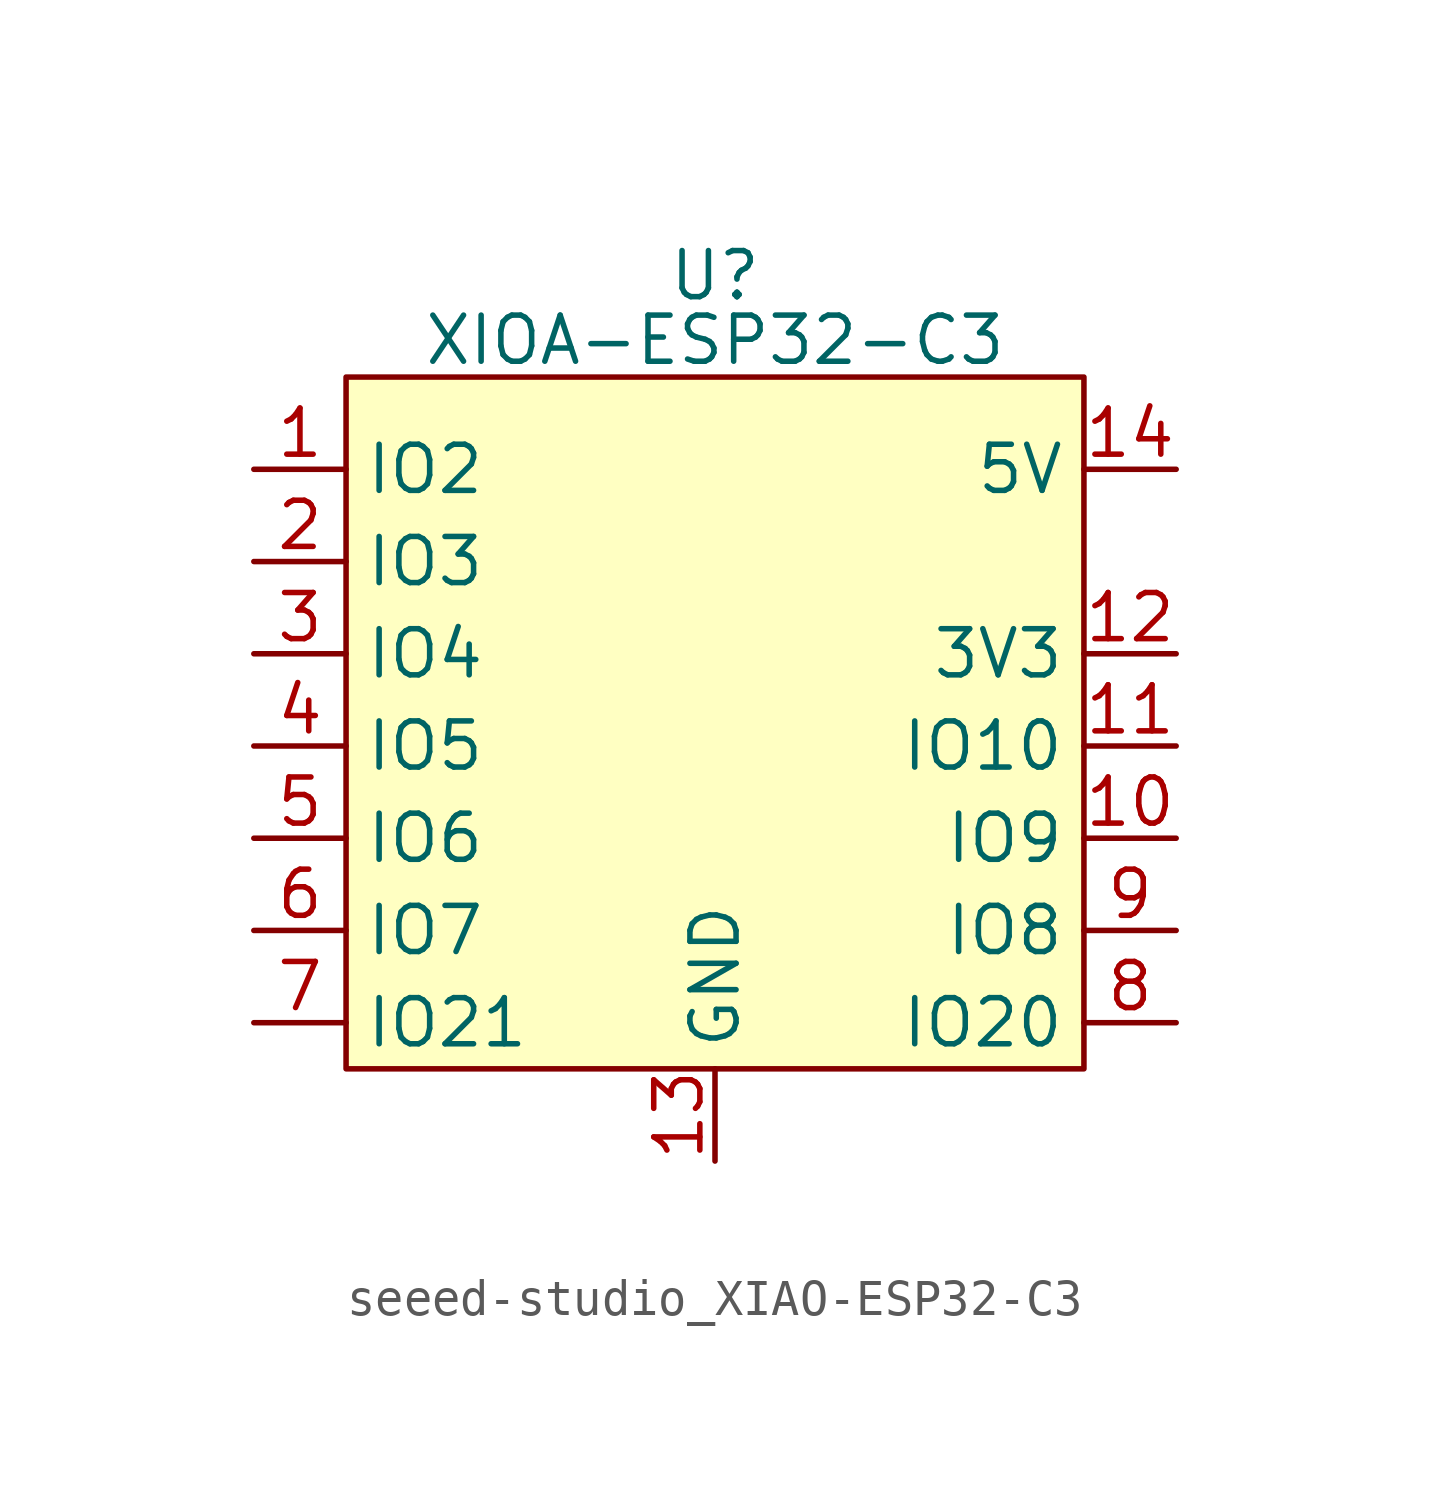
<source format=kicad_sym>
(kicad_symbol_lib
  (version 20231120)
  (generator "kicad_symbol_editor")
  (generator_version "8.0")
  (symbol "seeed-studio_XIAO-ESP32-C3"
    (property "Reference" "U"
      (at 0 12.954 0)
      (effects (font (size 1.27 1.27))))
    (property "Value" "XIOA-ESP32-C3"
      (at 0 11.176 0)
      (effects (font (size 1.27 1.27))))
    (symbol "seeed-studio_XIAO-ESP32-C3_0_0"
      (pin bidirectional line (at -12.7 7.62 0) (length 2.54) (name "IO2" (effects (font (size 1.27 1.27)))) (number "1" (effects (font (size 1.27 1.27)))))
      (pin bidirectional line (at 12.7 -2.54 180) (length 2.54) (name "IO9" (effects (font (size 1.27 1.27)))) (number "10" (effects (font (size 1.27 1.27)))))
      (pin bidirectional line (at 12.7 0 180) (length 2.54) (name "IO10" (effects (font (size 1.27 1.27)))) (number "11" (effects (font (size 1.27 1.27)))))
      (pin power_out line (at 12.7 2.54 180) (length 2.54) (name "3V3" (effects (font (size 1.27 1.27)))) (number "12" (effects (font (size 1.27 1.27)))))
      (pin power_in line (at 0 -11.43 90) (length 2.54) (name "GND" (effects (font (size 1.27 1.27)))) (number "13" (effects (font (size 1.27 1.27)))))
      (pin power_in line (at 12.7 7.62 180) (length 2.54) (name "5V" (effects (font (size 1.27 1.27)))) (number "14" (effects (font (size 1.27 1.27)))))
      (pin bidirectional line (at -12.7 5.08 0) (length 2.54) (name "IO3" (effects (font (size 1.27 1.27)))) (number "2" (effects (font (size 1.27 1.27)))))
      (pin bidirectional line (at -12.7 2.54 0) (length 2.54) (name "IO4" (effects (font (size 1.27 1.27)))) (number "3" (effects (font (size 1.27 1.27)))))
      (pin bidirectional line (at -12.7 0 0) (length 2.54) (name "IO5" (effects (font (size 1.27 1.27)))) (number "4" (effects (font (size 1.27 1.27)))))
      (pin bidirectional line (at -12.7 -2.54 0) (length 2.54) (name "IO6" (effects (font (size 1.27 1.27)))) (number "5" (effects (font (size 1.27 1.27)))))
      (pin bidirectional line (at -12.7 -5.08 0) (length 2.54) (name "IO7" (effects (font (size 1.27 1.27)))) (number "6" (effects (font (size 1.27 1.27)))))
      (pin bidirectional line (at -12.7 -7.62 0) (length 2.54) (name "IO21" (effects (font (size 1.27 1.27)))) (number "7" (effects (font (size 1.27 1.27)))))
      (pin bidirectional line (at 12.7 -7.62 180) (length 2.54) (name "IO20" (effects (font (size 1.27 1.27)))) (number "8" (effects (font (size 1.27 1.27)))))
      (pin bidirectional line (at 12.7 -5.08 180) (length 2.54) (name "IO8" (effects (font (size 1.27 1.27)))) (number "9" (effects (font (size 1.27 1.27))))))
    (symbol "seeed-studio_XIAO-ESP32-C3_1_1"
      (rectangle (start -10.16 10.16) (end 10.16 -8.89) (stroke (width 0) (type default)) (fill (type background))))))
</source>
